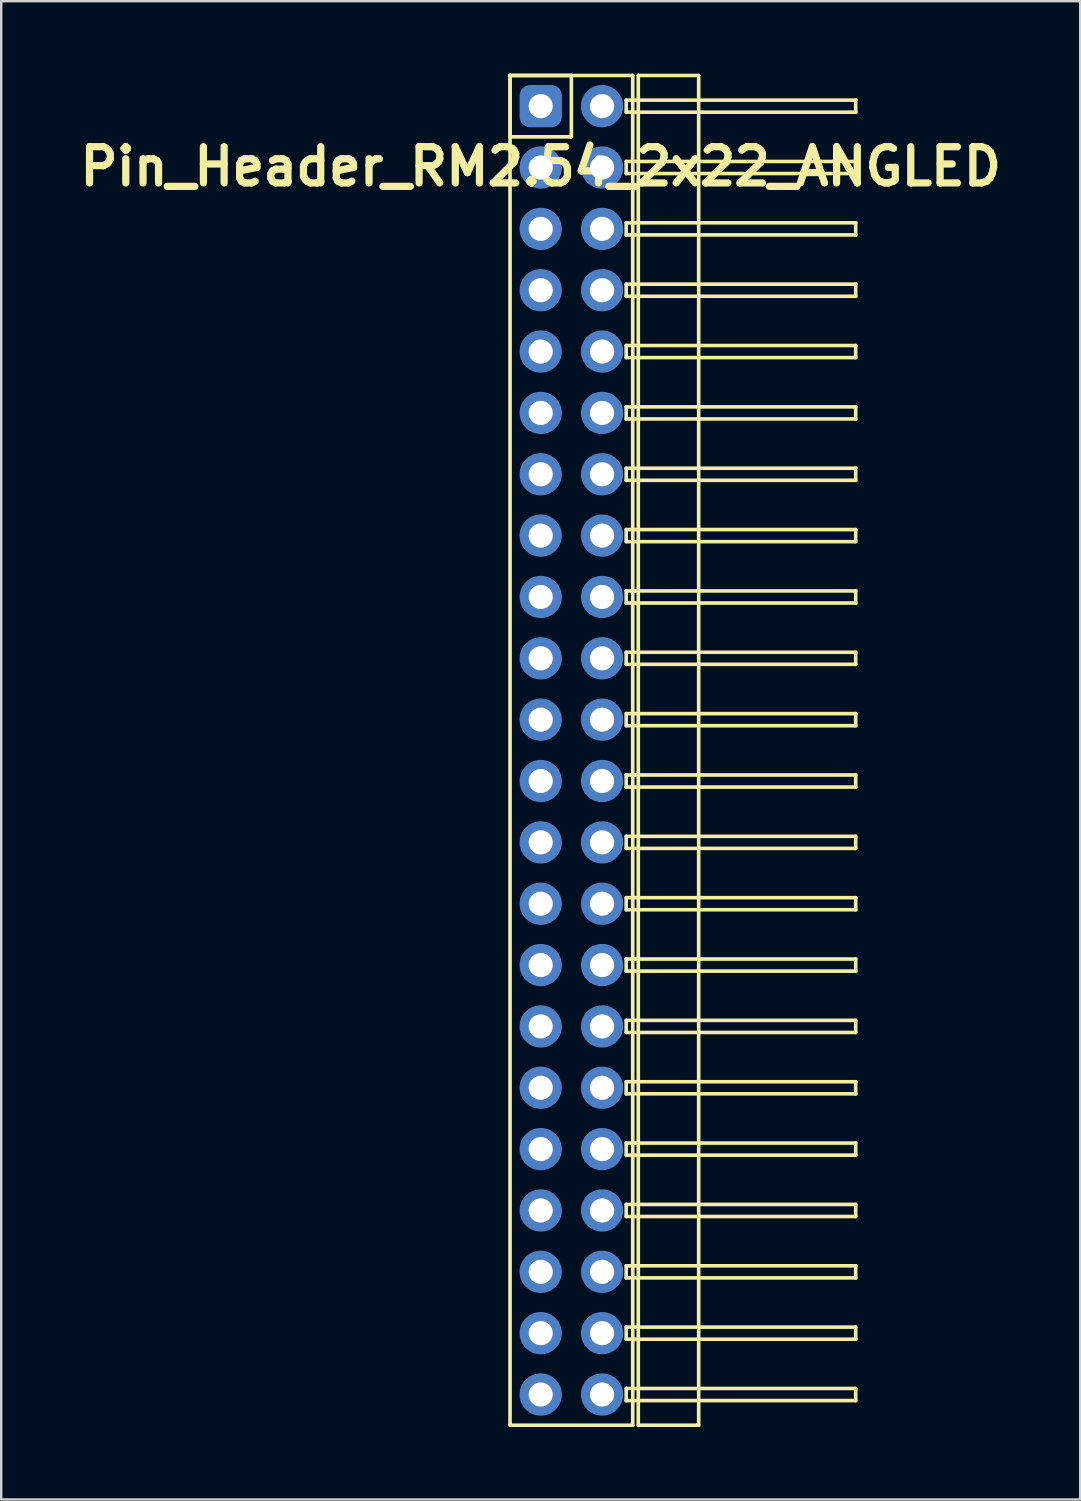
<source format=kicad_pcb>
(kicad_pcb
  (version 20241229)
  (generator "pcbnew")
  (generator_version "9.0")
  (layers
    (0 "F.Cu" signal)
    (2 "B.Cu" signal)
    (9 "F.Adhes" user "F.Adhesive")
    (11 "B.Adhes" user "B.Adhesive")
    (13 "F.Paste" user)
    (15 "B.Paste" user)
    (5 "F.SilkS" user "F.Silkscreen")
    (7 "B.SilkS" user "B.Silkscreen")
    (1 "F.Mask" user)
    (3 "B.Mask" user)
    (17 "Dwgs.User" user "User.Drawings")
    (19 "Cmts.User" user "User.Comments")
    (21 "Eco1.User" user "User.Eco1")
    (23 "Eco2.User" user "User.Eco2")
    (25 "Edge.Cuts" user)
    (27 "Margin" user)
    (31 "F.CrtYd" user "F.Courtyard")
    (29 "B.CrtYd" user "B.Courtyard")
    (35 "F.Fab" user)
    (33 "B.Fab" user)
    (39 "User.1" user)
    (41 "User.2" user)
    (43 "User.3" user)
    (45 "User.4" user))
  (footprint "Pin_Header_RM2.54_2x22_ANGLED"
    (layer "F.Cu")
    (at 19.336 1.345)
    (property "Reference" "Pin_Header_RM2.54_2x22_ANGLED" (at 0 2.5 0) (layer "F.SilkS") (effects (font (size 1.5 1.5) (thickness 0.3))))
    (attr through_hole)
    (fp_line (start -1.27 -1.27) (end 1.27 -1.27) (stroke (width 0.15) (type solid)) (layer "F.SilkS"))
    (fp_line (start -1.27 -1.27) (end 3.81 -1.27) (stroke (width 0.15) (type solid)) (layer "F.SilkS"))
    (fp_line (start -1.27 1.27) (end -1.27 -1.27) (stroke (width 0.15) (type solid)) (layer "F.SilkS"))
    (fp_line (start -1.27 54.61) (end -1.27 -1.27) (stroke (width 0.15) (type solid)) (layer "F.SilkS"))
    (fp_line (start 1.27 -1.27) (end 1.27 1.27) (stroke (width 0.15) (type solid)) (layer "F.SilkS"))
    (fp_line (start 1.27 1.27) (end -1.27 1.27) (stroke (width 0.15) (type solid)) (layer "F.SilkS"))
    (fp_line (start 3.54 -0.25) (end 13.04 -0.25) (stroke (width 0.15) (type solid)) (layer "F.SilkS"))
    (fp_line (start 3.54 0.25) (end 3.54 -0.25) (stroke (width 0.15) (type solid)) (layer "F.SilkS"))
    (fp_line (start 3.54 2.29) (end 13.04 2.29) (stroke (width 0.15) (type solid)) (layer "F.SilkS"))
    (fp_line (start 3.54 2.79) (end 3.54 2.29) (stroke (width 0.15) (type solid)) (layer "F.SilkS"))
    (fp_line (start 3.54 4.83) (end 13.04 4.83) (stroke (width 0.15) (type solid)) (layer "F.SilkS"))
    (fp_line (start 3.54 5.33) (end 3.54 4.83) (stroke (width 0.15) (type solid)) (layer "F.SilkS"))
    (fp_line (start 3.54 7.37) (end 13.04 7.37) (stroke (width 0.15) (type solid)) (layer "F.SilkS"))
    (fp_line (start 3.54 7.87) (end 3.54 7.37) (stroke (width 0.15) (type solid)) (layer "F.SilkS"))
    (fp_line (start 3.54 9.91) (end 13.04 9.91) (stroke (width 0.15) (type solid)) (layer "F.SilkS"))
    (fp_line (start 3.54 10.41) (end 3.54 9.91) (stroke (width 0.15) (type solid)) (layer "F.SilkS"))
    (fp_line (start 3.54 12.45) (end 13.04 12.45) (stroke (width 0.15) (type solid)) (layer "F.SilkS"))
    (fp_line (start 3.54 12.95) (end 3.54 12.45) (stroke (width 0.15) (type solid)) (layer "F.SilkS"))
    (fp_line (start 3.54 14.99) (end 13.04 14.99) (stroke (width 0.15) (type solid)) (layer "F.SilkS"))
    (fp_line (start 3.54 15.49) (end 3.54 14.99) (stroke (width 0.15) (type solid)) (layer "F.SilkS"))
    (fp_line (start 3.54 17.53) (end 13.04 17.53) (stroke (width 0.15) (type solid)) (layer "F.SilkS"))
    (fp_line (start 3.54 18.03) (end 3.54 17.53) (stroke (width 0.15) (type solid)) (layer "F.SilkS"))
    (fp_line (start 3.54 20.07) (end 13.04 20.07) (stroke (width 0.15) (type solid)) (layer "F.SilkS"))
    (fp_line (start 3.54 20.57) (end 3.54 20.07) (stroke (width 0.15) (type solid)) (layer "F.SilkS"))
    (fp_line (start 3.54 22.61) (end 13.04 22.61) (stroke (width 0.15) (type solid)) (layer "F.SilkS"))
    (fp_line (start 3.54 23.11) (end 3.54 22.61) (stroke (width 0.15) (type solid)) (layer "F.SilkS"))
    (fp_line (start 3.54 25.15) (end 13.04 25.15) (stroke (width 0.15) (type solid)) (layer "F.SilkS"))
    (fp_line (start 3.54 25.65) (end 3.54 25.15) (stroke (width 0.15) (type solid)) (layer "F.SilkS"))
    (fp_line (start 3.54 27.69) (end 13.04 27.69) (stroke (width 0.15) (type solid)) (layer "F.SilkS"))
    (fp_line (start 3.54 28.19) (end 3.54 27.69) (stroke (width 0.15) (type solid)) (layer "F.SilkS"))
    (fp_line (start 3.54 30.23) (end 13.04 30.23) (stroke (width 0.15) (type solid)) (layer "F.SilkS"))
    (fp_line (start 3.54 30.73) (end 3.54 30.23) (stroke (width 0.15) (type solid)) (layer "F.SilkS"))
    (fp_line (start 3.54 32.77) (end 13.04 32.77) (stroke (width 0.15) (type solid)) (layer "F.SilkS"))
    (fp_line (start 3.54 33.27) (end 3.54 32.77) (stroke (width 0.15) (type solid)) (layer "F.SilkS"))
    (fp_line (start 3.54 35.31) (end 13.04 35.31) (stroke (width 0.15) (type solid)) (layer "F.SilkS"))
    (fp_line (start 3.54 35.81) (end 3.54 35.31) (stroke (width 0.15) (type solid)) (layer "F.SilkS"))
    (fp_line (start 3.54 37.85) (end 13.04 37.85) (stroke (width 0.15) (type solid)) (layer "F.SilkS"))
    (fp_line (start 3.54 38.35) (end 3.54 37.85) (stroke (width 0.15) (type solid)) (layer "F.SilkS"))
    (fp_line (start 3.54 40.39) (end 13.04 40.39) (stroke (width 0.15) (type solid)) (layer "F.SilkS"))
    (fp_line (start 3.54 40.89) (end 3.54 40.39) (stroke (width 0.15) (type solid)) (layer "F.SilkS"))
    (fp_line (start 3.54 42.93) (end 13.04 42.93) (stroke (width 0.15) (type solid)) (layer "F.SilkS"))
    (fp_line (start 3.54 43.43) (end 3.54 42.93) (stroke (width 0.15) (type solid)) (layer "F.SilkS"))
    (fp_line (start 3.54 45.47) (end 13.04 45.47) (stroke (width 0.15) (type solid)) (layer "F.SilkS"))
    (fp_line (start 3.54 45.97) (end 3.54 45.47) (stroke (width 0.15) (type solid)) (layer "F.SilkS"))
    (fp_line (start 3.54 48.01) (end 13.04 48.01) (stroke (width 0.15) (type solid)) (layer "F.SilkS"))
    (fp_line (start 3.54 48.51) (end 3.54 48.01) (stroke (width 0.15) (type solid)) (layer "F.SilkS"))
    (fp_line (start 3.54 50.55) (end 13.04 50.55) (stroke (width 0.15) (type solid)) (layer "F.SilkS"))
    (fp_line (start 3.54 51.05) (end 3.54 50.55) (stroke (width 0.15) (type solid)) (layer "F.SilkS"))
    (fp_line (start 3.54 53.09) (end 13.04 53.09) (stroke (width 0.15) (type solid)) (layer "F.SilkS"))
    (fp_line (start 3.54 53.59) (end 3.54 53.09) (stroke (width 0.15) (type solid)) (layer "F.SilkS"))
    (fp_line (start 3.81 -1.27) (end 3.81 54.61) (stroke (width 0.15) (type solid)) (layer "F.SilkS"))
    (fp_line (start 3.81 54.61) (end -1.27 54.61) (stroke (width 0.15) (type solid)) (layer "F.SilkS"))
    (fp_line (start 4.04 -1.27) (end 6.54 -1.27) (stroke (width 0.15) (type solid)) (layer "F.SilkS"))
    (fp_line (start 4.04 54.61) (end 4.04 -1.27) (stroke (width 0.15) (type solid)) (layer "F.SilkS"))
    (fp_line (start 6.54 -1.27) (end 6.54 54.61) (stroke (width 0.15) (type solid)) (layer "F.SilkS"))
    (fp_line (start 6.54 54.61) (end 4.04 54.61) (stroke (width 0.15) (type solid)) (layer "F.SilkS"))
    (fp_line (start 13.04 -0.25) (end 13.04 0.25) (stroke (width 0.15) (type solid)) (layer "F.SilkS"))
    (fp_line (start 13.04 0.25) (end 3.54 0.25) (stroke (width 0.15) (type solid)) (layer "F.SilkS"))
    (fp_line (start 13.04 2.29) (end 13.04 2.79) (stroke (width 0.15) (type solid)) (layer "F.SilkS"))
    (fp_line (start 13.04 2.79) (end 3.54 2.79) (stroke (width 0.15) (type solid)) (layer "F.SilkS"))
    (fp_line (start 13.04 4.83) (end 13.04 5.33) (stroke (width 0.15) (type solid)) (layer "F.SilkS"))
    (fp_line (start 13.04 5.33) (end 3.54 5.33) (stroke (width 0.15) (type solid)) (layer "F.SilkS"))
    (fp_line (start 13.04 7.37) (end 13.04 7.87) (stroke (width 0.15) (type solid)) (layer "F.SilkS"))
    (fp_line (start 13.04 7.87) (end 3.54 7.87) (stroke (width 0.15) (type solid)) (layer "F.SilkS"))
    (fp_line (start 13.04 9.91) (end 13.04 10.41) (stroke (width 0.15) (type solid)) (layer "F.SilkS"))
    (fp_line (start 13.04 10.41) (end 3.54 10.41) (stroke (width 0.15) (type solid)) (layer "F.SilkS"))
    (fp_line (start 13.04 12.45) (end 13.04 12.95) (stroke (width 0.15) (type solid)) (layer "F.SilkS"))
    (fp_line (start 13.04 12.95) (end 3.54 12.95) (stroke (width 0.15) (type solid)) (layer "F.SilkS"))
    (fp_line (start 13.04 14.99) (end 13.04 15.49) (stroke (width 0.15) (type solid)) (layer "F.SilkS"))
    (fp_line (start 13.04 15.49) (end 3.54 15.49) (stroke (width 0.15) (type solid)) (layer "F.SilkS"))
    (fp_line (start 13.04 17.53) (end 13.04 18.03) (stroke (width 0.15) (type solid)) (layer "F.SilkS"))
    (fp_line (start 13.04 18.03) (end 3.54 18.03) (stroke (width 0.15) (type solid)) (layer "F.SilkS"))
    (fp_line (start 13.04 20.07) (end 13.04 20.57) (stroke (width 0.15) (type solid)) (layer "F.SilkS"))
    (fp_line (start 13.04 20.57) (end 3.54 20.57) (stroke (width 0.15) (type solid)) (layer "F.SilkS"))
    (fp_line (start 13.04 22.61) (end 13.04 23.11) (stroke (width 0.15) (type solid)) (layer "F.SilkS"))
    (fp_line (start 13.04 23.11) (end 3.54 23.11) (stroke (width 0.15) (type solid)) (layer "F.SilkS"))
    (fp_line (start 13.04 25.15) (end 13.04 25.65) (stroke (width 0.15) (type solid)) (layer "F.SilkS"))
    (fp_line (start 13.04 25.65) (end 3.54 25.65) (stroke (width 0.15) (type solid)) (layer "F.SilkS"))
    (fp_line (start 13.04 27.69) (end 13.04 28.19) (stroke (width 0.15) (type solid)) (layer "F.SilkS"))
    (fp_line (start 13.04 28.19) (end 3.54 28.19) (stroke (width 0.15) (type solid)) (layer "F.SilkS"))
    (fp_line (start 13.04 30.23) (end 13.04 30.73) (stroke (width 0.15) (type solid)) (layer "F.SilkS"))
    (fp_line (start 13.04 30.73) (end 3.54 30.73) (stroke (width 0.15) (type solid)) (layer "F.SilkS"))
    (fp_line (start 13.04 32.77) (end 13.04 33.27) (stroke (width 0.15) (type solid)) (layer "F.SilkS"))
    (fp_line (start 13.04 33.27) (end 3.54 33.27) (stroke (width 0.15) (type solid)) (layer "F.SilkS"))
    (fp_line (start 13.04 35.31) (end 13.04 35.81) (stroke (width 0.15) (type solid)) (layer "F.SilkS"))
    (fp_line (start 13.04 35.81) (end 3.54 35.81) (stroke (width 0.15) (type solid)) (layer "F.SilkS"))
    (fp_line (start 13.04 37.85) (end 13.04 38.35) (stroke (width 0.15) (type solid)) (layer "F.SilkS"))
    (fp_line (start 13.04 38.35) (end 3.54 38.35) (stroke (width 0.15) (type solid)) (layer "F.SilkS"))
    (fp_line (start 13.04 40.39) (end 13.04 40.89) (stroke (width 0.15) (type solid)) (layer "F.SilkS"))
    (fp_line (start 13.04 40.89) (end 3.54 40.89) (stroke (width 0.15) (type solid)) (layer "F.SilkS"))
    (fp_line (start 13.04 42.93) (end 13.04 43.43) (stroke (width 0.15) (type solid)) (layer "F.SilkS"))
    (fp_line (start 13.04 43.43) (end 3.54 43.43) (stroke (width 0.15) (type solid)) (layer "F.SilkS"))
    (fp_line (start 13.04 45.47) (end 13.04 45.97) (stroke (width 0.15) (type solid)) (layer "F.SilkS"))
    (fp_line (start 13.04 45.97) (end 3.54 45.97) (stroke (width 0.15) (type solid)) (layer "F.SilkS"))
    (fp_line (start 13.04 48.01) (end 13.04 48.51) (stroke (width 0.15) (type solid)) (layer "F.SilkS"))
    (fp_line (start 13.04 48.51) (end 3.54 48.51) (stroke (width 0.15) (type solid)) (layer "F.SilkS"))
    (fp_line (start 13.04 50.55) (end 13.04 51.05) (stroke (width 0.15) (type solid)) (layer "F.SilkS"))
    (fp_line (start 13.04 51.05) (end 3.54 51.05) (stroke (width 0.15) (type solid)) (layer "F.SilkS"))
    (fp_line (start 13.04 53.09) (end 13.04 53.59) (stroke (width 0.15) (type solid)) (layer "F.SilkS"))
    (fp_line (start 13.04 53.59) (end 3.54 53.59) (stroke (width 0.15) (type solid)) (layer "F.SilkS"))
    (pad "1" thru_hole circle (at 0 0) (size 1.3 1.3) (drill 1) (layers "*.Cu" "*.Mask"))
    (pad "1" smd roundrect (at 0 0) (size 1.5 1.5) (layers "F.Cu" "F.Mask") (roundrect_rratio 0.25))
    (pad "1" smd roundrect (at 0 0) (size 1.75 1.75) (layers "B.Cu" "B.Mask") (roundrect_rratio 0.25))
    (pad "2" thru_hole circle (at 2.54 0) (size 1.3 1.3) (drill 1) (layers "*.Cu" "*.Mask"))
    (pad "2" smd circle (at 2.54 0) (size 1.5 1.5) (layers "F.Cu" "F.Mask"))
    (pad "2" smd circle (at 2.54 0) (size 1.75 1.75) (layers "B.Cu" "B.Mask"))
    (pad "3" thru_hole circle (at 0 2.54) (size 1.3 1.3) (drill 1) (layers "*.Cu" "*.Mask"))
    (pad "3" smd circle (at 0 2.54) (size 1.5 1.5) (layers "F.Cu" "F.Mask"))
    (pad "3" smd circle (at 0 2.54) (size 1.75 1.75) (layers "B.Cu" "B.Mask"))
    (pad "4" thru_hole circle (at 2.54 2.54) (size 1.3 1.3) (drill 1) (layers "*.Cu" "*.Mask"))
    (pad "4" smd circle (at 2.54 2.54) (size 1.5 1.5) (layers "F.Cu" "F.Mask"))
    (pad "4" smd circle (at 2.54 2.54) (size 1.75 1.75) (layers "B.Cu" "B.Mask"))
    (pad "5" thru_hole circle (at 0 5.08) (size 1.3 1.3) (drill 1) (layers "*.Cu" "*.Mask"))
    (pad "5" smd circle (at 0 5.08) (size 1.5 1.5) (layers "F.Cu" "F.Mask"))
    (pad "5" smd circle (at 0 5.08) (size 1.75 1.75) (layers "B.Cu" "B.Mask"))
    (pad "6" thru_hole circle (at 2.54 5.08) (size 1.3 1.3) (drill 1) (layers "*.Cu" "*.Mask"))
    (pad "6" smd circle (at 2.54 5.08) (size 1.5 1.5) (layers "F.Cu" "F.Mask"))
    (pad "6" smd circle (at 2.54 5.08) (size 1.75 1.75) (layers "B.Cu" "B.Mask"))
    (pad "7" thru_hole circle (at 0 7.62) (size 1.3 1.3) (drill 1) (layers "*.Cu" "*.Mask"))
    (pad "7" smd circle (at 0 7.62) (size 1.5 1.5) (layers "F.Cu" "F.Mask"))
    (pad "7" smd circle (at 0 7.62) (size 1.75 1.75) (layers "B.Cu" "B.Mask"))
    (pad "8" thru_hole circle (at 2.54 7.62) (size 1.3 1.3) (drill 1) (layers "*.Cu" "*.Mask"))
    (pad "8" smd circle (at 2.54 7.62) (size 1.5 1.5) (layers "F.Cu" "F.Mask"))
    (pad "8" smd circle (at 2.54 7.62) (size 1.75 1.75) (layers "B.Cu" "B.Mask"))
    (pad "9" thru_hole circle (at 0 10.16) (size 1.3 1.3) (drill 1) (layers "*.Cu" "*.Mask"))
    (pad "9" smd circle (at 0 10.16) (size 1.5 1.5) (layers "F.Cu" "F.Mask"))
    (pad "9" smd circle (at 0 10.16) (size 1.75 1.75) (layers "B.Cu" "B.Mask"))
    (pad "10" thru_hole circle (at 2.54 10.16) (size 1.3 1.3) (drill 1) (layers "*.Cu" "*.Mask"))
    (pad "10" smd circle (at 2.54 10.16) (size 1.5 1.5) (layers "F.Cu" "F.Mask"))
    (pad "10" smd circle (at 2.54 10.16) (size 1.75 1.75) (layers "B.Cu" "B.Mask"))
    (pad "11" thru_hole circle (at 0 12.7) (size 1.3 1.3) (drill 1) (layers "*.Cu" "*.Mask"))
    (pad "11" smd circle (at 0 12.7) (size 1.5 1.5) (layers "F.Cu" "F.Mask"))
    (pad "11" smd circle (at 0 12.7) (size 1.75 1.75) (layers "B.Cu" "B.Mask"))
    (pad "12" thru_hole circle (at 2.54 12.7) (size 1.3 1.3) (drill 1) (layers "*.Cu" "*.Mask"))
    (pad "12" smd circle (at 2.54 12.7) (size 1.5 1.5) (layers "F.Cu" "F.Mask"))
    (pad "12" smd circle (at 2.54 12.7) (size 1.75 1.75) (layers "B.Cu" "B.Mask"))
    (pad "13" thru_hole circle (at 0 15.24) (size 1.3 1.3) (drill 1) (layers "*.Cu" "*.Mask"))
    (pad "13" smd circle (at 0 15.24) (size 1.5 1.5) (layers "F.Cu" "F.Mask"))
    (pad "13" smd circle (at 0 15.24) (size 1.75 1.75) (layers "B.Cu" "B.Mask"))
    (pad "14" thru_hole circle (at 2.54 15.24) (size 1.3 1.3) (drill 1) (layers "*.Cu" "*.Mask"))
    (pad "14" smd circle (at 2.54 15.24) (size 1.5 1.5) (layers "F.Cu" "F.Mask"))
    (pad "14" smd circle (at 2.54 15.24) (size 1.75 1.75) (layers "B.Cu" "B.Mask"))
    (pad "15" thru_hole circle (at 0 17.78) (size 1.3 1.3) (drill 1) (layers "*.Cu" "*.Mask"))
    (pad "15" smd circle (at 0 17.78) (size 1.5 1.5) (layers "F.Cu" "F.Mask"))
    (pad "15" smd circle (at 0 17.78) (size 1.75 1.75) (layers "B.Cu" "B.Mask"))
    (pad "16" thru_hole circle (at 2.54 17.78) (size 1.3 1.3) (drill 1) (layers "*.Cu" "*.Mask"))
    (pad "16" smd circle (at 2.54 17.78) (size 1.5 1.5) (layers "F.Cu" "F.Mask"))
    (pad "16" smd circle (at 2.54 17.78) (size 1.75 1.75) (layers "B.Cu" "B.Mask"))
    (pad "17" thru_hole circle (at 0 20.32) (size 1.3 1.3) (drill 1) (layers "*.Cu" "*.Mask"))
    (pad "17" smd circle (at 0 20.32) (size 1.5 1.5) (layers "F.Cu" "F.Mask"))
    (pad "17" smd circle (at 0 20.32) (size 1.75 1.75) (layers "B.Cu" "B.Mask"))
    (pad "18" thru_hole circle (at 2.54 20.32) (size 1.3 1.3) (drill 1) (layers "*.Cu" "*.Mask"))
    (pad "18" smd circle (at 2.54 20.32) (size 1.5 1.5) (layers "F.Cu" "F.Mask"))
    (pad "18" smd circle (at 2.54 20.32) (size 1.75 1.75) (layers "B.Cu" "B.Mask"))
    (pad "19" thru_hole circle (at 0 22.86) (size 1.3 1.3) (drill 1) (layers "*.Cu" "*.Mask"))
    (pad "19" smd circle (at 0 22.86) (size 1.5 1.5) (layers "F.Cu" "F.Mask"))
    (pad "19" smd circle (at 0 22.86) (size 1.75 1.75) (layers "B.Cu" "B.Mask"))
    (pad "20" thru_hole circle (at 2.54 22.86) (size 1.3 1.3) (drill 1) (layers "*.Cu" "*.Mask"))
    (pad "20" smd circle (at 2.54 22.86) (size 1.5 1.5) (layers "F.Cu" "F.Mask"))
    (pad "20" smd circle (at 2.54 22.86) (size 1.75 1.75) (layers "B.Cu" "B.Mask"))
    (pad "21" thru_hole circle (at 0 25.4) (size 1.3 1.3) (drill 1) (layers "*.Cu" "*.Mask"))
    (pad "21" smd circle (at 0 25.4) (size 1.5 1.5) (layers "F.Cu" "F.Mask"))
    (pad "21" smd circle (at 0 25.4) (size 1.75 1.75) (layers "B.Cu" "B.Mask"))
    (pad "22" thru_hole circle (at 2.54 25.4) (size 1.3 1.3) (drill 1) (layers "*.Cu" "*.Mask"))
    (pad "22" smd circle (at 2.54 25.4) (size 1.5 1.5) (layers "F.Cu" "F.Mask"))
    (pad "22" smd circle (at 2.54 25.4) (size 1.75 1.75) (layers "B.Cu" "B.Mask"))
    (pad "23" thru_hole circle (at 0 27.94) (size 1.3 1.3) (drill 1) (layers "*.Cu" "*.Mask"))
    (pad "23" smd circle (at 0 27.94) (size 1.5 1.5) (layers "F.Cu" "F.Mask"))
    (pad "23" smd circle (at 0 27.94) (size 1.75 1.75) (layers "B.Cu" "B.Mask"))
    (pad "24" thru_hole circle (at 2.54 27.94) (size 1.3 1.3) (drill 1) (layers "*.Cu" "*.Mask"))
    (pad "24" smd circle (at 2.54 27.94) (size 1.5 1.5) (layers "F.Cu" "F.Mask"))
    (pad "24" smd circle (at 2.54 27.94) (size 1.75 1.75) (layers "B.Cu" "B.Mask"))
    (pad "25" thru_hole circle (at 0 30.48) (size 1.3 1.3) (drill 1) (layers "*.Cu" "*.Mask"))
    (pad "25" smd circle (at 0 30.48) (size 1.5 1.5) (layers "F.Cu" "F.Mask"))
    (pad "25" smd circle (at 0 30.48) (size 1.75 1.75) (layers "B.Cu" "B.Mask"))
    (pad "26" thru_hole circle (at 2.54 30.48) (size 1.3 1.3) (drill 1) (layers "*.Cu" "*.Mask"))
    (pad "26" smd circle (at 2.54 30.48) (size 1.5 1.5) (layers "F.Cu" "F.Mask"))
    (pad "26" smd circle (at 2.54 30.48) (size 1.75 1.75) (layers "B.Cu" "B.Mask"))
    (pad "27" thru_hole circle (at 0 33.02) (size 1.3 1.3) (drill 1) (layers "*.Cu" "*.Mask"))
    (pad "27" smd circle (at 0 33.02) (size 1.5 1.5) (layers "F.Cu" "F.Mask"))
    (pad "27" smd circle (at 0 33.02) (size 1.75 1.75) (layers "B.Cu" "B.Mask"))
    (pad "28" thru_hole circle (at 2.54 33.02) (size 1.3 1.3) (drill 1) (layers "*.Cu" "*.Mask"))
    (pad "28" smd circle (at 2.54 33.02) (size 1.5 1.5) (layers "F.Cu" "F.Mask"))
    (pad "28" smd circle (at 2.54 33.02) (size 1.75 1.75) (layers "B.Cu" "B.Mask"))
    (pad "29" thru_hole circle (at 0 35.56) (size 1.3 1.3) (drill 1) (layers "*.Cu" "*.Mask"))
    (pad "29" smd circle (at 0 35.56) (size 1.5 1.5) (layers "F.Cu" "F.Mask"))
    (pad "29" smd circle (at 0 35.56) (size 1.75 1.75) (layers "B.Cu" "B.Mask"))
    (pad "30" thru_hole circle (at 2.54 35.56) (size 1.3 1.3) (drill 1) (layers "*.Cu" "*.Mask"))
    (pad "30" smd circle (at 2.54 35.56) (size 1.5 1.5) (layers "F.Cu" "F.Mask"))
    (pad "30" smd circle (at 2.54 35.56) (size 1.75 1.75) (layers "B.Cu" "B.Mask"))
    (pad "31" thru_hole circle (at 0 38.1) (size 1.3 1.3) (drill 1) (layers "*.Cu" "*.Mask"))
    (pad "31" smd circle (at 0 38.1) (size 1.5 1.5) (layers "F.Cu" "F.Mask"))
    (pad "31" smd circle (at 0 38.1) (size 1.75 1.75) (layers "B.Cu" "B.Mask"))
    (pad "32" thru_hole circle (at 2.54 38.1) (size 1.3 1.3) (drill 1) (layers "*.Cu" "*.Mask"))
    (pad "32" smd circle (at 2.54 38.1) (size 1.5 1.5) (layers "F.Cu" "F.Mask"))
    (pad "32" smd circle (at 2.54 38.1) (size 1.75 1.75) (layers "B.Cu" "B.Mask"))
    (pad "33" thru_hole circle (at 0 40.64) (size 1.3 1.3) (drill 1) (layers "*.Cu" "*.Mask"))
    (pad "33" smd circle (at 0 40.64) (size 1.5 1.5) (layers "F.Cu" "F.Mask"))
    (pad "33" smd circle (at 0 40.64) (size 1.75 1.75) (layers "B.Cu" "B.Mask"))
    (pad "34" thru_hole circle (at 2.54 40.64) (size 1.3 1.3) (drill 1) (layers "*.Cu" "*.Mask"))
    (pad "34" smd circle (at 2.54 40.64) (size 1.5 1.5) (layers "F.Cu" "F.Mask"))
    (pad "34" smd circle (at 2.54 40.64) (size 1.75 1.75) (layers "B.Cu" "B.Mask"))
    (pad "35" thru_hole circle (at 0 43.18) (size 1.3 1.3) (drill 1) (layers "*.Cu" "*.Mask"))
    (pad "35" smd circle (at 0 43.18) (size 1.5 1.5) (layers "F.Cu" "F.Mask"))
    (pad "35" smd circle (at 0 43.18) (size 1.75 1.75) (layers "B.Cu" "B.Mask"))
    (pad "36" thru_hole circle (at 2.54 43.18) (size 1.3 1.3) (drill 1) (layers "*.Cu" "*.Mask"))
    (pad "36" smd circle (at 2.54 43.18) (size 1.5 1.5) (layers "F.Cu" "F.Mask"))
    (pad "36" smd circle (at 2.54 43.18) (size 1.75 1.75) (layers "B.Cu" "B.Mask"))
    (pad "37" thru_hole circle (at 0 45.72) (size 1.3 1.3) (drill 1) (layers "*.Cu" "*.Mask"))
    (pad "37" smd circle (at 0 45.72) (size 1.5 1.5) (layers "F.Cu" "F.Mask"))
    (pad "37" smd circle (at 0 45.72) (size 1.75 1.75) (layers "B.Cu" "B.Mask"))
    (pad "38" thru_hole circle (at 2.54 45.72) (size 1.3 1.3) (drill 1) (layers "*.Cu" "*.Mask"))
    (pad "38" smd circle (at 2.54 45.72) (size 1.5 1.5) (layers "F.Cu" "F.Mask"))
    (pad "38" smd circle (at 2.54 45.72) (size 1.75 1.75) (layers "B.Cu" "B.Mask"))
    (pad "39" thru_hole circle (at 0 48.26) (size 1.3 1.3) (drill 1) (layers "*.Cu" "*.Mask"))
    (pad "39" smd circle (at 0 48.26) (size 1.5 1.5) (layers "F.Cu" "F.Mask"))
    (pad "39" smd circle (at 0 48.26) (size 1.75 1.75) (layers "B.Cu" "B.Mask"))
    (pad "40" thru_hole circle (at 2.54 48.26) (size 1.3 1.3) (drill 1) (layers "*.Cu" "*.Mask"))
    (pad "40" smd circle (at 2.54 48.26) (size 1.5 1.5) (layers "F.Cu" "F.Mask"))
    (pad "40" smd circle (at 2.54 48.26) (size 1.75 1.75) (layers "B.Cu" "B.Mask"))
    (pad "41" thru_hole circle (at 0 50.8) (size 1.3 1.3) (drill 1) (layers "*.Cu" "*.Mask"))
    (pad "41" smd circle (at 0 50.8) (size 1.5 1.5) (layers "F.Cu" "F.Mask"))
    (pad "41" smd circle (at 0 50.8) (size 1.75 1.75) (layers "B.Cu" "B.Mask"))
    (pad "42" thru_hole circle (at 2.54 50.8) (size 1.3 1.3) (drill 1) (layers "*.Cu" "*.Mask"))
    (pad "42" smd circle (at 2.54 50.8) (size 1.5 1.5) (layers "F.Cu" "F.Mask"))
    (pad "42" smd circle (at 2.54 50.8) (size 1.75 1.75) (layers "B.Cu" "B.Mask"))
    (pad "43" thru_hole circle (at 0 53.34) (size 1.3 1.3) (drill 1) (layers "*.Cu" "*.Mask"))
    (pad "43" smd circle (at 0 53.34) (size 1.5 1.5) (layers "F.Cu" "F.Mask"))
    (pad "43" smd circle (at 0 53.34) (size 1.75 1.75) (layers "B.Cu" "B.Mask"))
    (pad "44" thru_hole circle (at 2.54 53.34) (size 1.3 1.3) (drill 1) (layers "*.Cu" "*.Mask"))
    (pad "44" smd circle (at 2.54 53.34) (size 1.5 1.5) (layers "F.Cu" "F.Mask"))
    (pad "44" smd circle (at 2.54 53.34) (size 1.75 1.75) (layers "B.Cu" "B.Mask")))
  (gr_rect
    (start -3 -3)
    (end 41.671 59.03)
    (stroke (width 0.1) (type default))
    (fill no)
    (layer "Edge.Cuts")))
</source>
